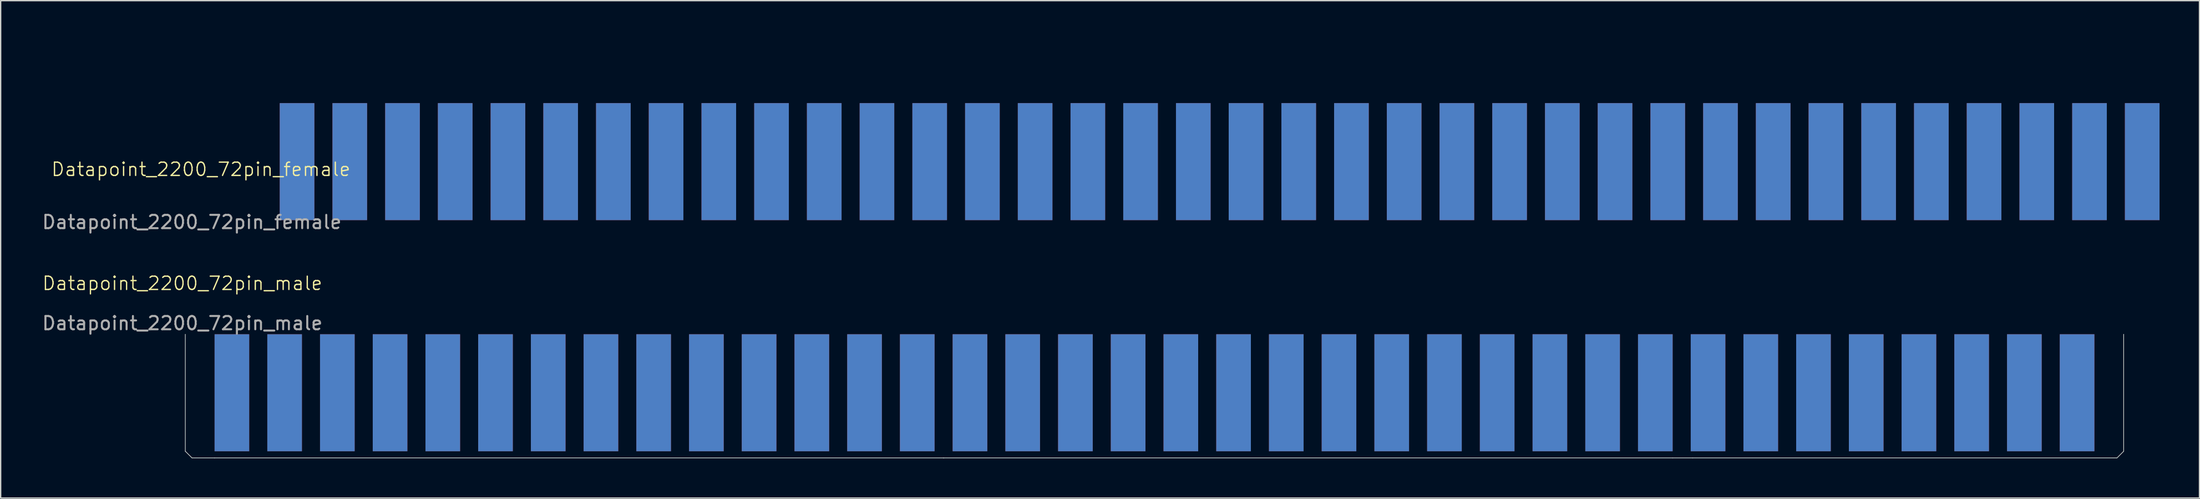
<source format=kicad_pcb>
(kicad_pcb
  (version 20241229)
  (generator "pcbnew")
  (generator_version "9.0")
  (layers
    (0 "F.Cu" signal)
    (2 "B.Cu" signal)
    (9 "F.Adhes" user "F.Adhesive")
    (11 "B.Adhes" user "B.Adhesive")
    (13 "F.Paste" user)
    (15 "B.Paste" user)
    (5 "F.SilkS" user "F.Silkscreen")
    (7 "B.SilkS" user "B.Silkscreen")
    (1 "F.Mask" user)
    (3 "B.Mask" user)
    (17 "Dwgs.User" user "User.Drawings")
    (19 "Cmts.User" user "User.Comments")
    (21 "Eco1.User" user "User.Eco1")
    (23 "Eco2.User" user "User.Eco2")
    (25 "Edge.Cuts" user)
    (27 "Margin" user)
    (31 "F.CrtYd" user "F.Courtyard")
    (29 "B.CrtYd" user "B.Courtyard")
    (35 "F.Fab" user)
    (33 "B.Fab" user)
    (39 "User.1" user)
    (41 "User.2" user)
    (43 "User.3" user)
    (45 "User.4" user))
  (footprint "Datapoint_2200_72pin_male"
    (layer "F.Cu")
    (at 10.649 18.769)
    (property "Reference" "Datapoint_2200_72pin_male" (at 0 -0.5 0) (unlocked yes) (layer "F.SilkS") (effects (font (size 1 1) (thickness 0.1))))
    (attr through_hole)
    (fp_line (start 0.22 12.13) (end 0.22 3.33) (stroke (width 0.05) (type default)) (layer "Edge.Cuts"))
    (fp_line (start 0.72 12.63) (end 0.22 12.13) (stroke (width 0.05) (type default)) (layer "Edge.Cuts"))
    (fp_line (start 2.42 12.63) (end 0.72 12.63) (stroke (width 0.05) (type default)) (layer "Edge.Cuts"))
    (fp_line (start 57.17 12.63) (end 2.42 12.63) (stroke (width 0.05) (type default)) (layer "Edge.Cuts"))
    (fp_line (start 57.19 12.63) (end 57.17 12.63) (stroke (width 0.05) (type default)) (layer "Edge.Cuts"))
    (fp_line (start 57.19 12.63) (end 111.94 12.63) (stroke (width 0.05) (type default)) (layer "Edge.Cuts"))
    (fp_line (start 113.44 12.63) (end 111.94 12.63) (stroke (width 0.05) (type default)) (layer "Edge.Cuts"))
    (fp_line (start 145.32 12.63) (end 113.44 12.63) (stroke (width 0.05) (type default)) (layer "Edge.Cuts"))
    (fp_line (start 145.82 12.13) (end 145.32 12.63) (stroke (width 0.05) (type default)) (layer "Edge.Cuts"))
    (fp_line (start 145.82 12.13) (end 145.82 3.33) (stroke (width 0.05) (type default)) (layer "Edge.Cuts"))
    (fp_text user "${REFERENCE}" (at 0 2.5 0) (unlocked yes) (layer "F.Fab") (effects (font (size 1 1) (thickness 0.15))))
    (pad "1" smd rect (at 3.72 7.73) (size 2.6 8.8) (layers "B.Cu" "B.Mask"))
    (pad "2" smd rect (at 7.68 7.73) (size 2.6 8.8) (layers "B.Cu" "B.Mask"))
    (pad "3" smd rect (at 11.64 7.73) (size 2.6 8.8) (layers "B.Cu" "B.Mask"))
    (pad "4" smd rect (at 15.6 7.73) (size 2.6 8.8) (layers "B.Cu" "B.Mask"))
    (pad "5" smd rect (at 19.56 7.73) (size 2.6 8.8) (layers "B.Cu" "B.Mask"))
    (pad "6" smd rect (at 23.52 7.73) (size 2.6 8.8) (layers "B.Cu" "B.Mask"))
    (pad "7" smd rect (at 27.48 7.73) (size 2.6 8.8) (layers "B.Cu" "B.Mask"))
    (pad "8" smd rect (at 31.44 7.73) (size 2.6 8.8) (layers "B.Cu" "B.Mask"))
    (pad "9" smd rect (at 35.4 7.73) (size 2.6 8.8) (layers "B.Cu" "B.Mask"))
    (pad "10" smd rect (at 39.36 7.73) (size 2.6 8.8) (layers "B.Cu" "B.Mask"))
    (pad "11" smd rect (at 43.32 7.73) (size 2.6 8.8) (layers "B.Cu" "B.Mask"))
    (pad "12" smd rect (at 47.28 7.73) (size 2.6 8.8) (layers "B.Cu" "B.Mask"))
    (pad "13" smd rect (at 51.24 7.73) (size 2.6 8.8) (layers "B.Cu" "B.Mask"))
    (pad "14" smd rect (at 55.2 7.73) (size 2.6 8.8) (layers "B.Cu" "B.Mask"))
    (pad "15" smd rect (at 59.16 7.73) (size 2.6 8.8) (layers "B.Cu" "B.Mask"))
    (pad "16" smd rect (at 63.12 7.73) (size 2.6 8.8) (layers "B.Cu" "B.Mask"))
    (pad "17" smd rect (at 67.08 7.73) (size 2.6 8.8) (layers "B.Cu" "B.Mask"))
    (pad "18" smd rect (at 71.04 7.73) (size 2.6 8.8) (layers "B.Cu" "B.Mask"))
    (pad "19" smd rect (at 75 7.73) (size 2.6 8.8) (layers "B.Cu" "B.Mask"))
    (pad "20" smd rect (at 78.96 7.73) (size 2.6 8.8) (layers "B.Cu" "B.Mask"))
    (pad "21" smd rect (at 82.92 7.73) (size 2.6 8.8) (layers "B.Cu" "B.Mask"))
    (pad "22" smd rect (at 86.88 7.73) (size 2.6 8.8) (layers "B.Cu" "B.Mask"))
    (pad "23" smd rect (at 90.84 7.73) (size 2.6 8.8) (layers "B.Cu" "B.Mask"))
    (pad "24" smd rect (at 94.8 7.73) (size 2.6 8.8) (layers "B.Cu" "B.Mask"))
    (pad "25" smd rect (at 98.76 7.73) (size 2.6 8.8) (layers "B.Cu" "B.Mask"))
    (pad "26" smd rect (at 102.72 7.73) (size 2.6 8.8) (layers "B.Cu" "B.Mask"))
    (pad "27" smd rect (at 106.68 7.73) (size 2.6 8.8) (layers "B.Cu" "B.Mask"))
    (pad "28" smd rect (at 110.64 7.73) (size 2.6 8.8) (layers "B.Cu" "B.Mask"))
    (pad "29" smd rect (at 114.6 7.73) (size 2.6 8.8) (layers "B.Cu" "B.Mask"))
    (pad "30" smd rect (at 118.56 7.73) (size 2.6 8.8) (layers "B.Cu" "B.Mask"))
    (pad "31" smd rect (at 122.52 7.73) (size 2.6 8.8) (layers "B.Cu" "B.Mask"))
    (pad "32" smd rect (at 126.48 7.73) (size 2.6 8.8) (layers "B.Cu" "B.Mask"))
    (pad "33" smd rect (at 130.44 7.73) (size 2.6 8.8) (layers "B.Cu" "B.Mask"))
    (pad "34" smd rect (at 134.4 7.73) (size 2.6 8.8) (layers "B.Cu" "B.Mask"))
    (pad "35" smd rect (at 138.36 7.73) (size 2.6 8.8) (layers "B.Cu" "B.Mask"))
    (pad "36" smd rect (at 142.32 7.73) (size 2.6 8.8) (layers "B.Cu" "B.Mask"))
    (pad "A" smd rect (at 3.72 7.73) (size 2.6 8.8) (layers "F.Cu" "F.Mask"))
    (pad "B" smd rect (at 7.68 7.73) (size 2.6 8.8) (layers "F.Cu" "F.Mask"))
    (pad "C" smd rect (at 11.64 7.73) (size 2.6 8.8) (layers "F.Cu" "F.Mask"))
    (pad "D" smd rect (at 15.6 7.73) (size 2.6 8.8) (layers "F.Cu" "F.Mask"))
    (pad "E" smd rect (at 19.56 7.73) (size 2.6 8.8) (layers "F.Cu" "F.Mask"))
    (pad "F" smd rect (at 23.52 7.73) (size 2.6 8.8) (layers "F.Cu" "F.Mask"))
    (pad "H" smd rect (at 27.48 7.73) (size 2.6 8.8) (layers "F.Cu" "F.Mask"))
    (pad "J" smd rect (at 31.44 7.73) (size 2.6 8.8) (layers "F.Cu" "F.Mask"))
    (pad "K" smd rect (at 35.4 7.73) (size 2.6 8.8) (layers "F.Cu" "F.Mask"))
    (pad "L" smd rect (at 39.36 7.73) (size 2.6 8.8) (layers "F.Cu" "F.Mask"))
    (pad "M" smd rect (at 43.32 7.73) (size 2.6 8.8) (layers "F.Cu" "F.Mask"))
    (pad "N" smd rect (at 47.28 7.73) (size 2.6 8.8) (layers "F.Cu" "F.Mask"))
    (pad "P" smd rect (at 51.24 7.73) (size 2.6 8.8) (layers "F.Cu" "F.Mask"))
    (pad "R" smd rect (at 55.2 7.73) (size 2.6 8.8) (layers "F.Cu" "F.Mask"))
    (pad "S" smd rect (at 59.16 7.73) (size 2.6 8.8) (layers "F.Cu" "F.Mask"))
    (pad "T" smd rect (at 63.12 7.73) (size 2.6 8.8) (layers "F.Cu" "F.Mask"))
    (pad "U" smd rect (at 67.08 7.73) (size 2.6 8.8) (layers "F.Cu" "F.Mask"))
    (pad "V" smd rect (at 71.04 7.73) (size 2.6 8.8) (layers "F.Cu" "F.Mask"))
    (pad "W" smd rect (at 75 7.73) (size 2.6 8.8) (layers "F.Cu" "F.Mask"))
    (pad "X" smd rect (at 78.96 7.73) (size 2.6 8.8) (layers "F.Cu" "F.Mask"))
    (pad "Y" smd rect (at 82.92 7.73) (size 2.6 8.8) (layers "F.Cu" "F.Mask"))
    (pad "Z" smd rect (at 86.88 7.73) (size 2.6 8.8) (layers "F.Cu" "F.Mask"))
    (pad "~{A}" smd rect (at 90.84 7.73) (size 2.6 8.8) (layers "F.Cu" "F.Mask"))
    (pad "~{B}" smd rect (at 94.8 7.73) (size 2.6 8.8) (layers "F.Cu" "F.Mask"))
    (pad "~{C}" smd rect (at 98.76 7.73) (size 2.6 8.8) (layers "F.Cu" "F.Mask"))
    (pad "~{D}" smd rect (at 102.72 7.73) (size 2.6 8.8) (layers "F.Cu" "F.Mask"))
    (pad "~{E}" smd rect (at 106.68 7.73) (size 2.6 8.8) (layers "F.Cu" "F.Mask"))
    (pad "~{F}" smd rect (at 110.64 7.73) (size 2.6 8.8) (layers "F.Cu" "F.Mask"))
    (pad "~{H}" smd rect (at 114.6 7.73) (size 2.6 8.8) (layers "F.Cu" "F.Mask"))
    (pad "~{J}" smd rect (at 118.56 7.73) (size 2.6 8.8) (layers "F.Cu" "F.Mask"))
    (pad "~{K}" smd rect (at 122.52 7.73) (size 2.6 8.8) (layers "F.Cu" "F.Mask"))
    (pad "~{L}" smd rect (at 126.48 7.73) (size 2.6 8.8) (layers "F.Cu" "F.Mask"))
    (pad "~{M}" smd rect (at 130.44 7.73) (size 2.6 8.8) (layers "F.Cu" "F.Mask"))
    (pad "~{N}" smd rect (at 134.4 7.73) (size 2.6 8.8) (layers "F.Cu" "F.Mask"))
    (pad "~{P}" smd rect (at 138.36 7.73) (size 2.6 8.8) (layers "F.Cu" "F.Mask"))
    (pad "~{R}" smd rect (at 142.32 7.73) (size 2.6 8.8) (layers "F.Cu" "F.Mask")))
  (footprint "Datapoint_2200_72pin_female"
    (layer "F.Cu")
    (at 15.723 0.25)
    (property "Reference" "Datapoint_2200_72pin_female" (at -3.68 9.44 0) (unlocked yes) (layer "F.SilkS") (effects (font (size 1 1) (thickness 0.1))))
    (attr through_hole)
    (fp_text user "${REFERENCE}" (at -4.36 13.41 0) (unlocked yes) (layer "F.Fab") (effects (font (size 1 1) (thickness 0.15))))
    (pad "1" smd rect (at 3.54 8.86) (size 2.6 8.8) (layers "B.Cu" "B.Mask"))
    (pad "2" smd rect (at 7.5 8.86) (size 2.6 8.8) (layers "B.Cu" "B.Mask"))
    (pad "3" smd rect (at 11.46 8.86) (size 2.6 8.8) (layers "B.Cu" "B.Mask"))
    (pad "4" smd rect (at 15.42 8.86) (size 2.6 8.8) (layers "B.Cu" "B.Mask"))
    (pad "5" smd rect (at 19.38 8.86) (size 2.6 8.8) (layers "B.Cu" "B.Mask"))
    (pad "6" smd rect (at 23.34 8.86) (size 2.6 8.8) (layers "B.Cu" "B.Mask"))
    (pad "7" smd rect (at 27.3 8.86) (size 2.6 8.8) (layers "B.Cu" "B.Mask"))
    (pad "8" smd rect (at 31.26 8.86) (size 2.6 8.8) (layers "B.Cu" "B.Mask"))
    (pad "9" smd rect (at 35.22 8.86) (size 2.6 8.8) (layers "B.Cu" "B.Mask"))
    (pad "10" smd rect (at 39.18 8.86) (size 2.6 8.8) (layers "B.Cu" "B.Mask"))
    (pad "11" smd rect (at 43.14 8.86) (size 2.6 8.8) (layers "B.Cu" "B.Mask"))
    (pad "12" smd rect (at 47.1 8.86) (size 2.6 8.8) (layers "B.Cu" "B.Mask"))
    (pad "13" smd rect (at 51.06 8.86) (size 2.6 8.8) (layers "B.Cu" "B.Mask"))
    (pad "14" smd rect (at 55.02 8.86) (size 2.6 8.8) (layers "B.Cu" "B.Mask"))
    (pad "15" smd rect (at 58.98 8.86) (size 2.6 8.8) (layers "B.Cu" "B.Mask"))
    (pad "16" smd rect (at 62.94 8.86) (size 2.6 8.8) (layers "B.Cu" "B.Mask"))
    (pad "17" smd rect (at 66.9 8.86) (size 2.6 8.8) (layers "B.Cu" "B.Mask"))
    (pad "18" smd rect (at 70.86 8.86) (size 2.6 8.8) (layers "B.Cu" "B.Mask"))
    (pad "19" smd rect (at 74.82 8.86) (size 2.6 8.8) (layers "B.Cu" "B.Mask"))
    (pad "20" smd rect (at 78.78 8.86) (size 2.6 8.8) (layers "B.Cu" "B.Mask"))
    (pad "21" smd rect (at 82.74 8.86) (size 2.6 8.8) (layers "B.Cu" "B.Mask"))
    (pad "22" smd rect (at 86.7 8.86) (size 2.6 8.8) (layers "B.Cu" "B.Mask"))
    (pad "23" smd rect (at 90.66 8.86) (size 2.6 8.8) (layers "B.Cu" "B.Mask"))
    (pad "24" smd rect (at 94.62 8.86) (size 2.6 8.8) (layers "B.Cu" "B.Mask"))
    (pad "25" smd rect (at 98.58 8.86) (size 2.6 8.8) (layers "B.Cu" "B.Mask"))
    (pad "26" smd rect (at 102.54 8.86) (size 2.6 8.8) (layers "B.Cu" "B.Mask"))
    (pad "27" smd rect (at 106.5 8.86) (size 2.6 8.8) (layers "B.Cu" "B.Mask"))
    (pad "28" smd rect (at 110.46 8.86) (size 2.6 8.8) (layers "B.Cu" "B.Mask"))
    (pad "29" smd rect (at 114.42 8.86) (size 2.6 8.8) (layers "B.Cu" "B.Mask"))
    (pad "30" smd rect (at 118.38 8.86) (size 2.6 8.8) (layers "B.Cu" "B.Mask"))
    (pad "31" smd rect (at 122.34 8.86) (size 2.6 8.8) (layers "B.Cu" "B.Mask"))
    (pad "32" smd rect (at 126.3 8.86) (size 2.6 8.8) (layers "B.Cu" "B.Mask"))
    (pad "33" smd rect (at 130.26 8.86) (size 2.6 8.8) (layers "B.Cu" "B.Mask"))
    (pad "34" smd rect (at 134.22 8.86) (size 2.6 8.8) (layers "B.Cu" "B.Mask"))
    (pad "35" smd rect (at 138.18 8.86) (size 2.6 8.8) (layers "B.Cu" "B.Mask"))
    (pad "36" smd rect (at 142.14 8.86) (size 2.6 8.8) (layers "B.Cu" "B.Mask"))
    (pad "A" smd rect (at 3.54 8.86) (size 2.6 8.8) (layers "F.Cu" "F.Mask"))
    (pad "B" smd rect (at 7.5 8.86) (size 2.6 8.8) (layers "F.Cu" "F.Mask"))
    (pad "C" smd rect (at 11.46 8.86) (size 2.6 8.8) (layers "F.Cu" "F.Mask"))
    (pad "D" smd rect (at 15.42 8.86) (size 2.6 8.8) (layers "F.Cu" "F.Mask"))
    (pad "E" smd rect (at 19.38 8.86) (size 2.6 8.8) (layers "F.Cu" "F.Mask"))
    (pad "F" smd rect (at 23.34 8.86) (size 2.6 8.8) (layers "F.Cu" "F.Mask"))
    (pad "H" smd rect (at 27.3 8.86) (size 2.6 8.8) (layers "F.Cu" "F.Mask"))
    (pad "J" smd rect (at 31.26 8.86) (size 2.6 8.8) (layers "F.Cu" "F.Mask"))
    (pad "K" smd rect (at 35.22 8.86) (size 2.6 8.8) (layers "F.Cu" "F.Mask"))
    (pad "L" smd rect (at 39.18 8.86) (size 2.6 8.8) (layers "F.Cu" "F.Mask"))
    (pad "M" smd rect (at 43.14 8.86) (size 2.6 8.8) (layers "F.Cu" "F.Mask"))
    (pad "N" smd rect (at 47.1 8.86) (size 2.6 8.8) (layers "F.Cu" "F.Mask"))
    (pad "P" smd rect (at 51.06 8.86) (size 2.6 8.8) (layers "F.Cu" "F.Mask"))
    (pad "R" smd rect (at 55.02 8.86) (size 2.6 8.8) (layers "F.Cu" "F.Mask"))
    (pad "S" smd rect (at 58.98 8.86) (size 2.6 8.8) (layers "F.Cu" "F.Mask"))
    (pad "T" smd rect (at 62.94 8.86) (size 2.6 8.8) (layers "F.Cu" "F.Mask"))
    (pad "U" smd rect (at 66.9 8.86) (size 2.6 8.8) (layers "F.Cu" "F.Mask"))
    (pad "V" smd rect (at 70.86 8.86) (size 2.6 8.8) (layers "F.Cu" "F.Mask"))
    (pad "W" smd rect (at 74.82 8.86) (size 2.6 8.8) (layers "F.Cu" "F.Mask"))
    (pad "X" smd rect (at 78.78 8.86) (size 2.6 8.8) (layers "F.Cu" "F.Mask"))
    (pad "Y" smd rect (at 82.74 8.86) (size 2.6 8.8) (layers "F.Cu" "F.Mask"))
    (pad "Z" smd rect (at 86.7 8.86) (size 2.6 8.8) (layers "F.Cu" "F.Mask"))
    (pad "~{A}" smd rect (at 90.66 8.86) (size 2.6 8.8) (layers "F.Cu" "F.Mask"))
    (pad "~{B}" smd rect (at 94.62 8.86) (size 2.6 8.8) (layers "F.Cu" "F.Mask"))
    (pad "~{C}" smd rect (at 98.58 8.86) (size 2.6 8.8) (layers "F.Cu" "F.Mask"))
    (pad "~{D}" smd rect (at 102.54 8.86) (size 2.6 8.8) (layers "F.Cu" "F.Mask"))
    (pad "~{E}" smd rect (at 106.5 8.86) (size 2.6 8.8) (layers "F.Cu" "F.Mask"))
    (pad "~{F}" smd rect (at 110.46 8.86) (size 2.6 8.8) (layers "F.Cu" "F.Mask"))
    (pad "~{H}" smd rect (at 114.42 8.86) (size 2.6 8.8) (layers "F.Cu" "F.Mask"))
    (pad "~{J}" smd rect (at 118.38 8.86) (size 2.6 8.8) (layers "F.Cu" "F.Mask"))
    (pad "~{K}" smd rect (at 122.34 8.86) (size 2.6 8.8) (layers "F.Cu" "F.Mask"))
    (pad "~{L}" smd rect (at 126.3 8.86) (size 2.6 8.8) (layers "F.Cu" "F.Mask"))
    (pad "~{M}" smd rect (at 130.26 8.86) (size 2.6 8.8) (layers "F.Cu" "F.Mask"))
    (pad "~{N}" smd rect (at 134.22 8.86) (size 2.6 8.8) (layers "F.Cu" "F.Mask"))
    (pad "~{P}" smd rect (at 138.18 8.86) (size 2.6 8.8) (layers "F.Cu" "F.Mask"))
    (pad "~{R}" smd rect (at 142.14 8.86) (size 2.6 8.8) (layers "F.Cu" "F.Mask")))
  (gr_rect
    (start -3 -3)
    (end 162.163 34.424)
    (stroke (width 0.1) (type default))
    (fill no)
    (layer "Edge.Cuts")))
</source>
